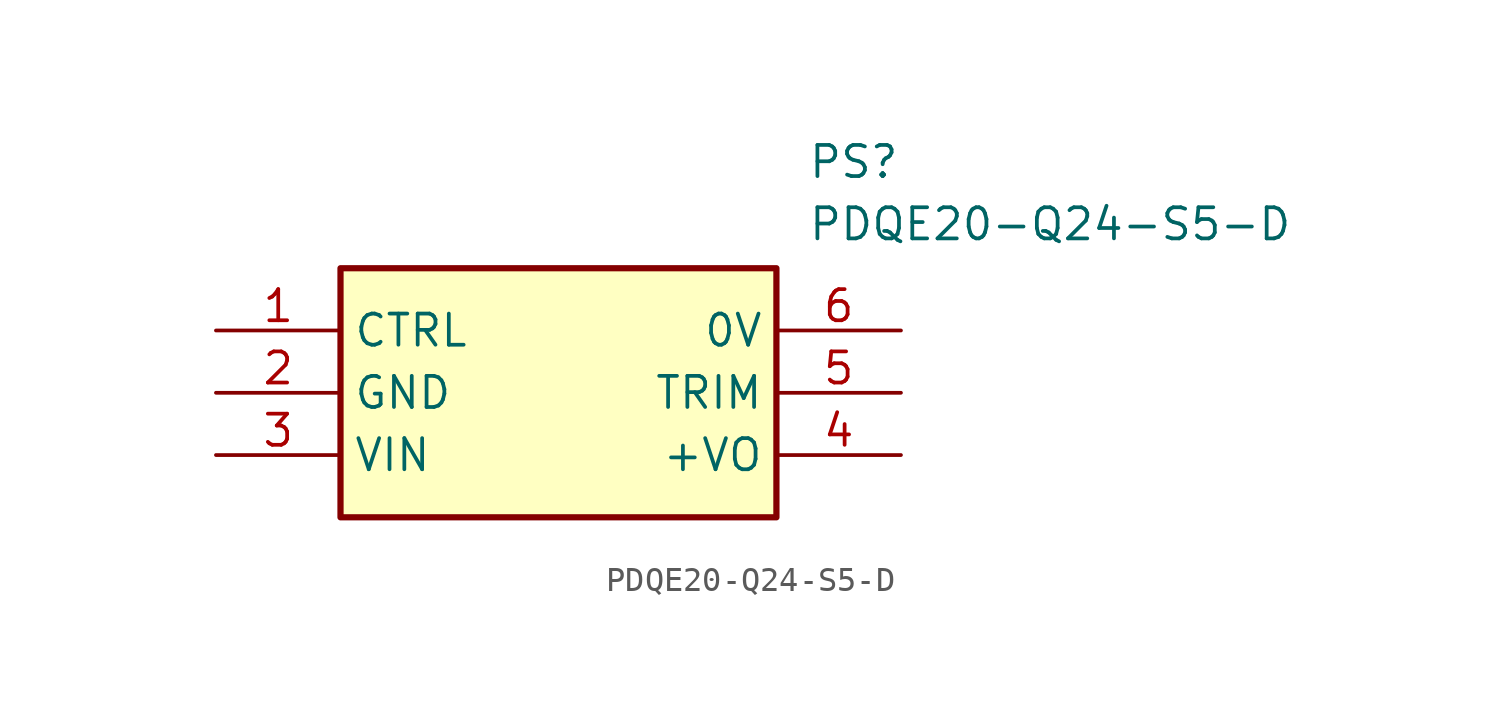
<source format=kicad_sym>
(kicad_symbol_lib
  (version 20231120)
  (generator "kicad_symbol_editor")
  (generator_version "8.0")
  (symbol "PDQE20-Q24-S5-D"
    (property "Reference" "PS"
      (at 24.13 7.62 0)
      (effects (font (size 1.27 1.27)) (justify left top)))
    (property "Value" "PDQE20-Q24-S5-D"
      (at 24.13 5.08 0)
      (effects (font (size 1.27 1.27)) (justify left top)))
    (symbol "PDQE20-Q24-S5-D_1_1"
      (rectangle (start 5.08 2.54) (end 22.86 -7.62) (stroke (width 0.254) (type default)) (fill (type background)))
      (pin passive line (at 0 0 0) (length 5.08) (name "CTRL" (effects (font (size 1.27 1.27)))) (number "1" (effects (font (size 1.27 1.27)))))
      (pin passive line (at 0 -2.54 0) (length 5.08) (name "GND" (effects (font (size 1.27 1.27)))) (number "2" (effects (font (size 1.27 1.27)))))
      (pin passive line (at 0 -5.08 0) (length 5.08) (name "VIN" (effects (font (size 1.27 1.27)))) (number "3" (effects (font (size 1.27 1.27)))))
      (pin passive line (at 27.94 -5.08 180) (length 5.08) (name "+VO" (effects (font (size 1.27 1.27)))) (number "4" (effects (font (size 1.27 1.27)))))
      (pin passive line (at 27.94 -2.54 180) (length 5.08) (name "TRIM" (effects (font (size 1.27 1.27)))) (number "5" (effects (font (size 1.27 1.27)))))
      (pin passive line (at 27.94 0 180) (length 5.08) (name "0V" (effects (font (size 1.27 1.27)))) (number "6" (effects (font (size 1.27 1.27))))))))
</source>
